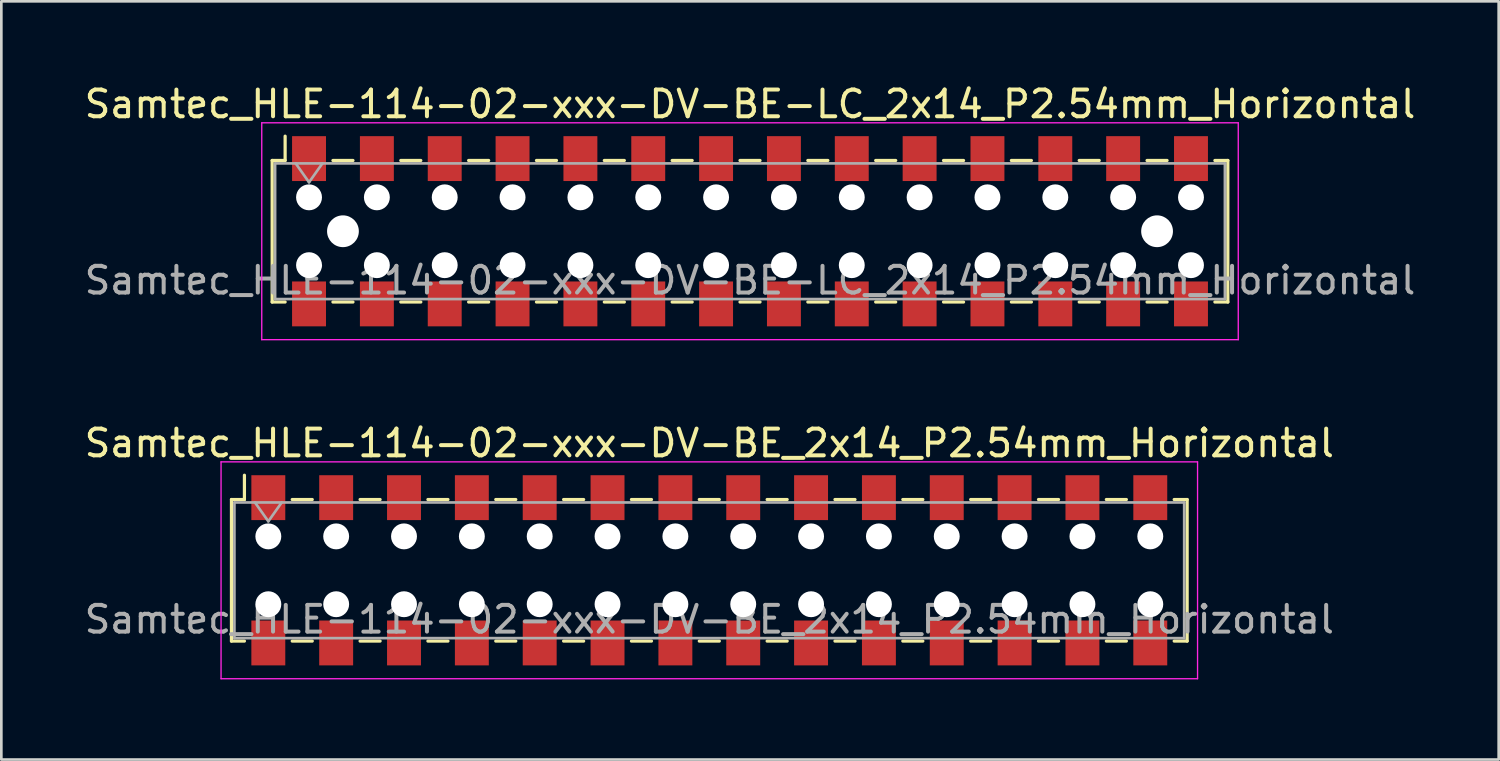
<source format=kicad_pcb>
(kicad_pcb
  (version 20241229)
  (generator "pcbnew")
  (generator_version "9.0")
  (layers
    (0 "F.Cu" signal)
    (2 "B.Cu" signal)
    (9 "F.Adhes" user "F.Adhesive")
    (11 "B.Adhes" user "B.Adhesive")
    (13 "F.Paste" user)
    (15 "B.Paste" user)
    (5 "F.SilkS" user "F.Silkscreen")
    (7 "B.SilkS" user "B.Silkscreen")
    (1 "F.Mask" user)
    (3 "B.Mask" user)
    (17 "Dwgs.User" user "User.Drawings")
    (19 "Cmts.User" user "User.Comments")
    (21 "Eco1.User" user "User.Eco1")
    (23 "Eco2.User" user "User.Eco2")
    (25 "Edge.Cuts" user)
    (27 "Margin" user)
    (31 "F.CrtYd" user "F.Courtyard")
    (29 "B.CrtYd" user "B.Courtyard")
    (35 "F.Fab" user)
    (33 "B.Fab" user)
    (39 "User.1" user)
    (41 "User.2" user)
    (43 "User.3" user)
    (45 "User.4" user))
  (footprint "Samtec_HLE-114-02-xxx-DV-BE-LC_2x14_P2.54mm_Horizontal"
    (layer "F.Cu")
    (at 25.03 5.608)
    (property "Reference" "Samtec_HLE-114-02-xxx-DV-BE-LC_2x14_P2.54mm_Horizontal" (at 0 -4.76 0) (layer "F.SilkS") (effects (font (size 1 1) (thickness 0.15))))
    (attr smd)
    (fp_line (start -17.89 -2.65) (end -17.89 2.65) (stroke (width 0.12) (type solid)) (layer "F.SilkS"))
    (fp_line (start -17.89 2.65) (end -17.405 2.65) (stroke (width 0.12) (type solid)) (layer "F.SilkS"))
    (fp_line (start -17.405 -3.56) (end -17.405 -2.65) (stroke (width 0.12) (type solid)) (layer "F.SilkS"))
    (fp_line (start -17.405 -2.65) (end -17.89 -2.65) (stroke (width 0.12) (type solid)) (layer "F.SilkS"))
    (fp_line (start -15.615 -2.65) (end -14.865 -2.65) (stroke (width 0.12) (type solid)) (layer "F.SilkS"))
    (fp_line (start -15.615 2.65) (end -14.865 2.65) (stroke (width 0.12) (type solid)) (layer "F.SilkS"))
    (fp_line (start -13.075 -2.65) (end -12.325 -2.65) (stroke (width 0.12) (type solid)) (layer "F.SilkS"))
    (fp_line (start -13.075 2.65) (end -12.325 2.65) (stroke (width 0.12) (type solid)) (layer "F.SilkS"))
    (fp_line (start -10.535 -2.65) (end -9.785 -2.65) (stroke (width 0.12) (type solid)) (layer "F.SilkS"))
    (fp_line (start -10.535 2.65) (end -9.785 2.65) (stroke (width 0.12) (type solid)) (layer "F.SilkS"))
    (fp_line (start -7.995 -2.65) (end -7.245 -2.65) (stroke (width 0.12) (type solid)) (layer "F.SilkS"))
    (fp_line (start -7.995 2.65) (end -7.245 2.65) (stroke (width 0.12) (type solid)) (layer "F.SilkS"))
    (fp_line (start -5.455 -2.65) (end -4.705 -2.65) (stroke (width 0.12) (type solid)) (layer "F.SilkS"))
    (fp_line (start -5.455 2.65) (end -4.705 2.65) (stroke (width 0.12) (type solid)) (layer "F.SilkS"))
    (fp_line (start -2.915 -2.65) (end -2.165 -2.65) (stroke (width 0.12) (type solid)) (layer "F.SilkS"))
    (fp_line (start -2.915 2.65) (end -2.165 2.65) (stroke (width 0.12) (type solid)) (layer "F.SilkS"))
    (fp_line (start -0.375 -2.65) (end 0.375 -2.65) (stroke (width 0.12) (type solid)) (layer "F.SilkS"))
    (fp_line (start -0.375 2.65) (end 0.375 2.65) (stroke (width 0.12) (type solid)) (layer "F.SilkS"))
    (fp_line (start 2.165 -2.65) (end 2.915 -2.65) (stroke (width 0.12) (type solid)) (layer "F.SilkS"))
    (fp_line (start 2.165 2.65) (end 2.915 2.65) (stroke (width 0.12) (type solid)) (layer "F.SilkS"))
    (fp_line (start 4.705 -2.65) (end 5.455 -2.65) (stroke (width 0.12) (type solid)) (layer "F.SilkS"))
    (fp_line (start 4.705 2.65) (end 5.455 2.65) (stroke (width 0.12) (type solid)) (layer "F.SilkS"))
    (fp_line (start 7.245 -2.65) (end 7.995 -2.65) (stroke (width 0.12) (type solid)) (layer "F.SilkS"))
    (fp_line (start 7.245 2.65) (end 7.995 2.65) (stroke (width 0.12) (type solid)) (layer "F.SilkS"))
    (fp_line (start 9.785 -2.65) (end 10.535 -2.65) (stroke (width 0.12) (type solid)) (layer "F.SilkS"))
    (fp_line (start 9.785 2.65) (end 10.535 2.65) (stroke (width 0.12) (type solid)) (layer "F.SilkS"))
    (fp_line (start 12.325 -2.65) (end 13.075 -2.65) (stroke (width 0.12) (type solid)) (layer "F.SilkS"))
    (fp_line (start 12.325 2.65) (end 13.075 2.65) (stroke (width 0.12) (type solid)) (layer "F.SilkS"))
    (fp_line (start 14.865 -2.65) (end 15.615 -2.65) (stroke (width 0.12) (type solid)) (layer "F.SilkS"))
    (fp_line (start 14.865 2.65) (end 15.615 2.65) (stroke (width 0.12) (type solid)) (layer "F.SilkS"))
    (fp_line (start 17.405 -2.65) (end 17.89 -2.65) (stroke (width 0.12) (type solid)) (layer "F.SilkS"))
    (fp_line (start 17.89 -2.65) (end 17.89 2.65) (stroke (width 0.12) (type solid)) (layer "F.SilkS"))
    (fp_line (start 17.89 2.65) (end 17.405 2.65) (stroke (width 0.12) (type solid)) (layer "F.SilkS"))
    (fp_line (start -18.28 -4.06) (end 18.28 -4.06) (stroke (width 0.05) (type solid)) (layer "F.CrtYd"))
    (fp_line (start -18.28 4.06) (end -18.28 -4.06) (stroke (width 0.05) (type solid)) (layer "F.CrtYd"))
    (fp_line (start 18.28 -4.06) (end 18.28 4.06) (stroke (width 0.05) (type solid)) (layer "F.CrtYd"))
    (fp_line (start 18.28 4.06) (end -18.28 4.06) (stroke (width 0.05) (type solid)) (layer "F.CrtYd"))
    (fp_line (start -17.78 -2.54) (end 17.78 -2.54) (stroke (width 0.1) (type solid)) (layer "F.Fab"))
    (fp_line (start -17.78 2.54) (end -17.78 -2.54) (stroke (width 0.1) (type solid)) (layer "F.Fab"))
    (fp_line (start -17.01 -2.54) (end -16.51 -1.833) (stroke (width 0.1) (type solid)) (layer "F.Fab"))
    (fp_line (start -16.51 -1.833) (end -16.01 -2.54) (stroke (width 0.1) (type solid)) (layer "F.Fab"))
    (fp_line (start 17.78 -2.54) (end 17.78 2.54) (stroke (width 0.1) (type solid)) (layer "F.Fab"))
    (fp_line (start 17.78 2.54) (end -17.78 2.54) (stroke (width 0.1) (type solid)) (layer "F.Fab"))
    (fp_text user "${REFERENCE}" (at 0 1.84 0) (layer "F.Fab") (effects (font (size 1 1) (thickness 0.15))))
    (pad "" np_thru_hole circle (at -16.51 -1.27) (size 0.97 0.97) (drill 0.97) (layers "*.Cu" "*.Mask"))
    (pad "" np_thru_hole circle (at -16.51 1.27) (size 0.97 0.97) (drill 0.97) (layers "*.Cu" "*.Mask"))
    (pad "" np_thru_hole circle (at -15.24 0) (size 1.19 1.19) (drill 1.19) (layers "*.Cu" "*.Mask"))
    (pad "" np_thru_hole circle (at -13.97 -1.27) (size 0.97 0.97) (drill 0.97) (layers "*.Cu" "*.Mask"))
    (pad "" np_thru_hole circle (at -13.97 1.27) (size 0.97 0.97) (drill 0.97) (layers "*.Cu" "*.Mask"))
    (pad "" np_thru_hole circle (at -11.43 -1.27) (size 0.97 0.97) (drill 0.97) (layers "*.Cu" "*.Mask"))
    (pad "" np_thru_hole circle (at -11.43 1.27) (size 0.97 0.97) (drill 0.97) (layers "*.Cu" "*.Mask"))
    (pad "" np_thru_hole circle (at -8.89 -1.27) (size 0.97 0.97) (drill 0.97) (layers "*.Cu" "*.Mask"))
    (pad "" np_thru_hole circle (at -8.89 1.27) (size 0.97 0.97) (drill 0.97) (layers "*.Cu" "*.Mask"))
    (pad "" np_thru_hole circle (at -6.35 -1.27) (size 0.97 0.97) (drill 0.97) (layers "*.Cu" "*.Mask"))
    (pad "" np_thru_hole circle (at -6.35 1.27) (size 0.97 0.97) (drill 0.97) (layers "*.Cu" "*.Mask"))
    (pad "" np_thru_hole circle (at -3.81 -1.27) (size 0.97 0.97) (drill 0.97) (layers "*.Cu" "*.Mask"))
    (pad "" np_thru_hole circle (at -3.81 1.27) (size 0.97 0.97) (drill 0.97) (layers "*.Cu" "*.Mask"))
    (pad "" np_thru_hole circle (at -1.27 -1.27) (size 0.97 0.97) (drill 0.97) (layers "*.Cu" "*.Mask"))
    (pad "" np_thru_hole circle (at -1.27 1.27) (size 0.97 0.97) (drill 0.97) (layers "*.Cu" "*.Mask"))
    (pad "" np_thru_hole circle (at 1.27 -1.27) (size 0.97 0.97) (drill 0.97) (layers "*.Cu" "*.Mask"))
    (pad "" np_thru_hole circle (at 1.27 1.27) (size 0.97 0.97) (drill 0.97) (layers "*.Cu" "*.Mask"))
    (pad "" np_thru_hole circle (at 3.81 -1.27) (size 0.97 0.97) (drill 0.97) (layers "*.Cu" "*.Mask"))
    (pad "" np_thru_hole circle (at 3.81 1.27) (size 0.97 0.97) (drill 0.97) (layers "*.Cu" "*.Mask"))
    (pad "" np_thru_hole circle (at 6.35 -1.27) (size 0.97 0.97) (drill 0.97) (layers "*.Cu" "*.Mask"))
    (pad "" np_thru_hole circle (at 6.35 1.27) (size 0.97 0.97) (drill 0.97) (layers "*.Cu" "*.Mask"))
    (pad "" np_thru_hole circle (at 8.89 -1.27) (size 0.97 0.97) (drill 0.97) (layers "*.Cu" "*.Mask"))
    (pad "" np_thru_hole circle (at 8.89 1.27) (size 0.97 0.97) (drill 0.97) (layers "*.Cu" "*.Mask"))
    (pad "" np_thru_hole circle (at 11.43 -1.27) (size 0.97 0.97) (drill 0.97) (layers "*.Cu" "*.Mask"))
    (pad "" np_thru_hole circle (at 11.43 1.27) (size 0.97 0.97) (drill 0.97) (layers "*.Cu" "*.Mask"))
    (pad "" np_thru_hole circle (at 13.97 -1.27) (size 0.97 0.97) (drill 0.97) (layers "*.Cu" "*.Mask"))
    (pad "" np_thru_hole circle (at 13.97 1.27) (size 0.97 0.97) (drill 0.97) (layers "*.Cu" "*.Mask"))
    (pad "" np_thru_hole circle (at 15.24 0) (size 1.19 1.19) (drill 1.19) (layers "*.Cu" "*.Mask"))
    (pad "" np_thru_hole circle (at 16.51 -1.27) (size 0.97 0.97) (drill 0.97) (layers "*.Cu" "*.Mask"))
    (pad "" np_thru_hole circle (at 16.51 1.27) (size 0.97 0.97) (drill 0.97) (layers "*.Cu" "*.Mask"))
    (pad "1" smd rect (at -16.51 -2.72) (size 1.27 1.68) (layers "F.Cu" "F.Mask" "F.Paste"))
    (pad "2" smd rect (at -16.51 2.72) (size 1.27 1.68) (layers "F.Cu" "F.Mask" "F.Paste"))
    (pad "3" smd rect (at -13.97 -2.72) (size 1.27 1.68) (layers "F.Cu" "F.Mask" "F.Paste"))
    (pad "4" smd rect (at -13.97 2.72) (size 1.27 1.68) (layers "F.Cu" "F.Mask" "F.Paste"))
    (pad "5" smd rect (at -11.43 -2.72) (size 1.27 1.68) (layers "F.Cu" "F.Mask" "F.Paste"))
    (pad "6" smd rect (at -11.43 2.72) (size 1.27 1.68) (layers "F.Cu" "F.Mask" "F.Paste"))
    (pad "7" smd rect (at -8.89 -2.72) (size 1.27 1.68) (layers "F.Cu" "F.Mask" "F.Paste"))
    (pad "8" smd rect (at -8.89 2.72) (size 1.27 1.68) (layers "F.Cu" "F.Mask" "F.Paste"))
    (pad "9" smd rect (at -6.35 -2.72) (size 1.27 1.68) (layers "F.Cu" "F.Mask" "F.Paste"))
    (pad "10" smd rect (at -6.35 2.72) (size 1.27 1.68) (layers "F.Cu" "F.Mask" "F.Paste"))
    (pad "11" smd rect (at -3.81 -2.72) (size 1.27 1.68) (layers "F.Cu" "F.Mask" "F.Paste"))
    (pad "12" smd rect (at -3.81 2.72) (size 1.27 1.68) (layers "F.Cu" "F.Mask" "F.Paste"))
    (pad "13" smd rect (at -1.27 -2.72) (size 1.27 1.68) (layers "F.Cu" "F.Mask" "F.Paste"))
    (pad "14" smd rect (at -1.27 2.72) (size 1.27 1.68) (layers "F.Cu" "F.Mask" "F.Paste"))
    (pad "15" smd rect (at 1.27 -2.72) (size 1.27 1.68) (layers "F.Cu" "F.Mask" "F.Paste"))
    (pad "16" smd rect (at 1.27 2.72) (size 1.27 1.68) (layers "F.Cu" "F.Mask" "F.Paste"))
    (pad "17" smd rect (at 3.81 -2.72) (size 1.27 1.68) (layers "F.Cu" "F.Mask" "F.Paste"))
    (pad "18" smd rect (at 3.81 2.72) (size 1.27 1.68) (layers "F.Cu" "F.Mask" "F.Paste"))
    (pad "19" smd rect (at 6.35 -2.72) (size 1.27 1.68) (layers "F.Cu" "F.Mask" "F.Paste"))
    (pad "20" smd rect (at 6.35 2.72) (size 1.27 1.68) (layers "F.Cu" "F.Mask" "F.Paste"))
    (pad "21" smd rect (at 8.89 -2.72) (size 1.27 1.68) (layers "F.Cu" "F.Mask" "F.Paste"))
    (pad "22" smd rect (at 8.89 2.72) (size 1.27 1.68) (layers "F.Cu" "F.Mask" "F.Paste"))
    (pad "23" smd rect (at 11.43 -2.72) (size 1.27 1.68) (layers "F.Cu" "F.Mask" "F.Paste"))
    (pad "24" smd rect (at 11.43 2.72) (size 1.27 1.68) (layers "F.Cu" "F.Mask" "F.Paste"))
    (pad "25" smd rect (at 13.97 -2.72) (size 1.27 1.68) (layers "F.Cu" "F.Mask" "F.Paste"))
    (pad "26" smd rect (at 13.97 2.72) (size 1.27 1.68) (layers "F.Cu" "F.Mask" "F.Paste"))
    (pad "27" smd rect (at 16.51 -2.72) (size 1.27 1.68) (layers "F.Cu" "F.Mask" "F.Paste"))
    (pad "28" smd rect (at 16.51 2.72) (size 1.27 1.68) (layers "F.Cu" "F.Mask" "F.Paste")))
  (footprint "Samtec_HLE-114-02-xxx-DV-BE_2x14_P2.54mm_Horizontal"
    (layer "F.Cu")
    (at 23.506 18.302)
    (property "Reference" "Samtec_HLE-114-02-xxx-DV-BE_2x14_P2.54mm_Horizontal" (at 0 -4.76 0) (layer "F.SilkS") (effects (font (size 1 1) (thickness 0.15))))
    (attr smd)
    (fp_line (start -17.89 -2.65) (end -17.89 2.65) (stroke (width 0.12) (type solid)) (layer "F.SilkS"))
    (fp_line (start -17.89 2.65) (end -17.405 2.65) (stroke (width 0.12) (type solid)) (layer "F.SilkS"))
    (fp_line (start -17.405 -3.56) (end -17.405 -2.65) (stroke (width 0.12) (type solid)) (layer "F.SilkS"))
    (fp_line (start -17.405 -2.65) (end -17.89 -2.65) (stroke (width 0.12) (type solid)) (layer "F.SilkS"))
    (fp_line (start -15.615 -2.65) (end -14.865 -2.65) (stroke (width 0.12) (type solid)) (layer "F.SilkS"))
    (fp_line (start -15.615 2.65) (end -14.865 2.65) (stroke (width 0.12) (type solid)) (layer "F.SilkS"))
    (fp_line (start -13.075 -2.65) (end -12.325 -2.65) (stroke (width 0.12) (type solid)) (layer "F.SilkS"))
    (fp_line (start -13.075 2.65) (end -12.325 2.65) (stroke (width 0.12) (type solid)) (layer "F.SilkS"))
    (fp_line (start -10.535 -2.65) (end -9.785 -2.65) (stroke (width 0.12) (type solid)) (layer "F.SilkS"))
    (fp_line (start -10.535 2.65) (end -9.785 2.65) (stroke (width 0.12) (type solid)) (layer "F.SilkS"))
    (fp_line (start -7.995 -2.65) (end -7.245 -2.65) (stroke (width 0.12) (type solid)) (layer "F.SilkS"))
    (fp_line (start -7.995 2.65) (end -7.245 2.65) (stroke (width 0.12) (type solid)) (layer "F.SilkS"))
    (fp_line (start -5.455 -2.65) (end -4.705 -2.65) (stroke (width 0.12) (type solid)) (layer "F.SilkS"))
    (fp_line (start -5.455 2.65) (end -4.705 2.65) (stroke (width 0.12) (type solid)) (layer "F.SilkS"))
    (fp_line (start -2.915 -2.65) (end -2.165 -2.65) (stroke (width 0.12) (type solid)) (layer "F.SilkS"))
    (fp_line (start -2.915 2.65) (end -2.165 2.65) (stroke (width 0.12) (type solid)) (layer "F.SilkS"))
    (fp_line (start -0.375 -2.65) (end 0.375 -2.65) (stroke (width 0.12) (type solid)) (layer "F.SilkS"))
    (fp_line (start -0.375 2.65) (end 0.375 2.65) (stroke (width 0.12) (type solid)) (layer "F.SilkS"))
    (fp_line (start 2.165 -2.65) (end 2.915 -2.65) (stroke (width 0.12) (type solid)) (layer "F.SilkS"))
    (fp_line (start 2.165 2.65) (end 2.915 2.65) (stroke (width 0.12) (type solid)) (layer "F.SilkS"))
    (fp_line (start 4.705 -2.65) (end 5.455 -2.65) (stroke (width 0.12) (type solid)) (layer "F.SilkS"))
    (fp_line (start 4.705 2.65) (end 5.455 2.65) (stroke (width 0.12) (type solid)) (layer "F.SilkS"))
    (fp_line (start 7.245 -2.65) (end 7.995 -2.65) (stroke (width 0.12) (type solid)) (layer "F.SilkS"))
    (fp_line (start 7.245 2.65) (end 7.995 2.65) (stroke (width 0.12) (type solid)) (layer "F.SilkS"))
    (fp_line (start 9.785 -2.65) (end 10.535 -2.65) (stroke (width 0.12) (type solid)) (layer "F.SilkS"))
    (fp_line (start 9.785 2.65) (end 10.535 2.65) (stroke (width 0.12) (type solid)) (layer "F.SilkS"))
    (fp_line (start 12.325 -2.65) (end 13.075 -2.65) (stroke (width 0.12) (type solid)) (layer "F.SilkS"))
    (fp_line (start 12.325 2.65) (end 13.075 2.65) (stroke (width 0.12) (type solid)) (layer "F.SilkS"))
    (fp_line (start 14.865 -2.65) (end 15.615 -2.65) (stroke (width 0.12) (type solid)) (layer "F.SilkS"))
    (fp_line (start 14.865 2.65) (end 15.615 2.65) (stroke (width 0.12) (type solid)) (layer "F.SilkS"))
    (fp_line (start 17.405 -2.65) (end 17.89 -2.65) (stroke (width 0.12) (type solid)) (layer "F.SilkS"))
    (fp_line (start 17.89 -2.65) (end 17.89 2.65) (stroke (width 0.12) (type solid)) (layer "F.SilkS"))
    (fp_line (start 17.89 2.65) (end 17.405 2.65) (stroke (width 0.12) (type solid)) (layer "F.SilkS"))
    (fp_line (start -18.28 -4.06) (end 18.28 -4.06) (stroke (width 0.05) (type solid)) (layer "F.CrtYd"))
    (fp_line (start -18.28 4.06) (end -18.28 -4.06) (stroke (width 0.05) (type solid)) (layer "F.CrtYd"))
    (fp_line (start 18.28 -4.06) (end 18.28 4.06) (stroke (width 0.05) (type solid)) (layer "F.CrtYd"))
    (fp_line (start 18.28 4.06) (end -18.28 4.06) (stroke (width 0.05) (type solid)) (layer "F.CrtYd"))
    (fp_line (start -17.78 -2.54) (end 17.78 -2.54) (stroke (width 0.1) (type solid)) (layer "F.Fab"))
    (fp_line (start -17.78 2.54) (end -17.78 -2.54) (stroke (width 0.1) (type solid)) (layer "F.Fab"))
    (fp_line (start -17.01 -2.54) (end -16.51 -1.833) (stroke (width 0.1) (type solid)) (layer "F.Fab"))
    (fp_line (start -16.51 -1.833) (end -16.01 -2.54) (stroke (width 0.1) (type solid)) (layer "F.Fab"))
    (fp_line (start 17.78 -2.54) (end 17.78 2.54) (stroke (width 0.1) (type solid)) (layer "F.Fab"))
    (fp_line (start 17.78 2.54) (end -17.78 2.54) (stroke (width 0.1) (type solid)) (layer "F.Fab"))
    (fp_text user "${REFERENCE}" (at 0 1.84 0) (layer "F.Fab") (effects (font (size 1 1) (thickness 0.15))))
    (pad "" np_thru_hole circle (at -16.51 -1.27) (size 0.97 0.97) (drill 0.97) (layers "*.Cu" "*.Mask"))
    (pad "" np_thru_hole circle (at -16.51 1.27) (size 0.97 0.97) (drill 0.97) (layers "*.Cu" "*.Mask"))
    (pad "" np_thru_hole circle (at -13.97 -1.27) (size 0.97 0.97) (drill 0.97) (layers "*.Cu" "*.Mask"))
    (pad "" np_thru_hole circle (at -13.97 1.27) (size 0.97 0.97) (drill 0.97) (layers "*.Cu" "*.Mask"))
    (pad "" np_thru_hole circle (at -11.43 -1.27) (size 0.97 0.97) (drill 0.97) (layers "*.Cu" "*.Mask"))
    (pad "" np_thru_hole circle (at -11.43 1.27) (size 0.97 0.97) (drill 0.97) (layers "*.Cu" "*.Mask"))
    (pad "" np_thru_hole circle (at -8.89 -1.27) (size 0.97 0.97) (drill 0.97) (layers "*.Cu" "*.Mask"))
    (pad "" np_thru_hole circle (at -8.89 1.27) (size 0.97 0.97) (drill 0.97) (layers "*.Cu" "*.Mask"))
    (pad "" np_thru_hole circle (at -6.35 -1.27) (size 0.97 0.97) (drill 0.97) (layers "*.Cu" "*.Mask"))
    (pad "" np_thru_hole circle (at -6.35 1.27) (size 0.97 0.97) (drill 0.97) (layers "*.Cu" "*.Mask"))
    (pad "" np_thru_hole circle (at -3.81 -1.27) (size 0.97 0.97) (drill 0.97) (layers "*.Cu" "*.Mask"))
    (pad "" np_thru_hole circle (at -3.81 1.27) (size 0.97 0.97) (drill 0.97) (layers "*.Cu" "*.Mask"))
    (pad "" np_thru_hole circle (at -1.27 -1.27) (size 0.97 0.97) (drill 0.97) (layers "*.Cu" "*.Mask"))
    (pad "" np_thru_hole circle (at -1.27 1.27) (size 0.97 0.97) (drill 0.97) (layers "*.Cu" "*.Mask"))
    (pad "" np_thru_hole circle (at 1.27 -1.27) (size 0.97 0.97) (drill 0.97) (layers "*.Cu" "*.Mask"))
    (pad "" np_thru_hole circle (at 1.27 1.27) (size 0.97 0.97) (drill 0.97) (layers "*.Cu" "*.Mask"))
    (pad "" np_thru_hole circle (at 3.81 -1.27) (size 0.97 0.97) (drill 0.97) (layers "*.Cu" "*.Mask"))
    (pad "" np_thru_hole circle (at 3.81 1.27) (size 0.97 0.97) (drill 0.97) (layers "*.Cu" "*.Mask"))
    (pad "" np_thru_hole circle (at 6.35 -1.27) (size 0.97 0.97) (drill 0.97) (layers "*.Cu" "*.Mask"))
    (pad "" np_thru_hole circle (at 6.35 1.27) (size 0.97 0.97) (drill 0.97) (layers "*.Cu" "*.Mask"))
    (pad "" np_thru_hole circle (at 8.89 -1.27) (size 0.97 0.97) (drill 0.97) (layers "*.Cu" "*.Mask"))
    (pad "" np_thru_hole circle (at 8.89 1.27) (size 0.97 0.97) (drill 0.97) (layers "*.Cu" "*.Mask"))
    (pad "" np_thru_hole circle (at 11.43 -1.27) (size 0.97 0.97) (drill 0.97) (layers "*.Cu" "*.Mask"))
    (pad "" np_thru_hole circle (at 11.43 1.27) (size 0.97 0.97) (drill 0.97) (layers "*.Cu" "*.Mask"))
    (pad "" np_thru_hole circle (at 13.97 -1.27) (size 0.97 0.97) (drill 0.97) (layers "*.Cu" "*.Mask"))
    (pad "" np_thru_hole circle (at 13.97 1.27) (size 0.97 0.97) (drill 0.97) (layers "*.Cu" "*.Mask"))
    (pad "" np_thru_hole circle (at 16.51 -1.27) (size 0.97 0.97) (drill 0.97) (layers "*.Cu" "*.Mask"))
    (pad "" np_thru_hole circle (at 16.51 1.27) (size 0.97 0.97) (drill 0.97) (layers "*.Cu" "*.Mask"))
    (pad "1" smd rect (at -16.51 -2.72) (size 1.27 1.68) (layers "F.Cu" "F.Mask" "F.Paste"))
    (pad "2" smd rect (at -16.51 2.72) (size 1.27 1.68) (layers "F.Cu" "F.Mask" "F.Paste"))
    (pad "3" smd rect (at -13.97 -2.72) (size 1.27 1.68) (layers "F.Cu" "F.Mask" "F.Paste"))
    (pad "4" smd rect (at -13.97 2.72) (size 1.27 1.68) (layers "F.Cu" "F.Mask" "F.Paste"))
    (pad "5" smd rect (at -11.43 -2.72) (size 1.27 1.68) (layers "F.Cu" "F.Mask" "F.Paste"))
    (pad "6" smd rect (at -11.43 2.72) (size 1.27 1.68) (layers "F.Cu" "F.Mask" "F.Paste"))
    (pad "7" smd rect (at -8.89 -2.72) (size 1.27 1.68) (layers "F.Cu" "F.Mask" "F.Paste"))
    (pad "8" smd rect (at -8.89 2.72) (size 1.27 1.68) (layers "F.Cu" "F.Mask" "F.Paste"))
    (pad "9" smd rect (at -6.35 -2.72) (size 1.27 1.68) (layers "F.Cu" "F.Mask" "F.Paste"))
    (pad "10" smd rect (at -6.35 2.72) (size 1.27 1.68) (layers "F.Cu" "F.Mask" "F.Paste"))
    (pad "11" smd rect (at -3.81 -2.72) (size 1.27 1.68) (layers "F.Cu" "F.Mask" "F.Paste"))
    (pad "12" smd rect (at -3.81 2.72) (size 1.27 1.68) (layers "F.Cu" "F.Mask" "F.Paste"))
    (pad "13" smd rect (at -1.27 -2.72) (size 1.27 1.68) (layers "F.Cu" "F.Mask" "F.Paste"))
    (pad "14" smd rect (at -1.27 2.72) (size 1.27 1.68) (layers "F.Cu" "F.Mask" "F.Paste"))
    (pad "15" smd rect (at 1.27 -2.72) (size 1.27 1.68) (layers "F.Cu" "F.Mask" "F.Paste"))
    (pad "16" smd rect (at 1.27 2.72) (size 1.27 1.68) (layers "F.Cu" "F.Mask" "F.Paste"))
    (pad "17" smd rect (at 3.81 -2.72) (size 1.27 1.68) (layers "F.Cu" "F.Mask" "F.Paste"))
    (pad "18" smd rect (at 3.81 2.72) (size 1.27 1.68) (layers "F.Cu" "F.Mask" "F.Paste"))
    (pad "19" smd rect (at 6.35 -2.72) (size 1.27 1.68) (layers "F.Cu" "F.Mask" "F.Paste"))
    (pad "20" smd rect (at 6.35 2.72) (size 1.27 1.68) (layers "F.Cu" "F.Mask" "F.Paste"))
    (pad "21" smd rect (at 8.89 -2.72) (size 1.27 1.68) (layers "F.Cu" "F.Mask" "F.Paste"))
    (pad "22" smd rect (at 8.89 2.72) (size 1.27 1.68) (layers "F.Cu" "F.Mask" "F.Paste"))
    (pad "23" smd rect (at 11.43 -2.72) (size 1.27 1.68) (layers "F.Cu" "F.Mask" "F.Paste"))
    (pad "24" smd rect (at 11.43 2.72) (size 1.27 1.68) (layers "F.Cu" "F.Mask" "F.Paste"))
    (pad "25" smd rect (at 13.97 -2.72) (size 1.27 1.68) (layers "F.Cu" "F.Mask" "F.Paste"))
    (pad "26" smd rect (at 13.97 2.72) (size 1.27 1.68) (layers "F.Cu" "F.Mask" "F.Paste"))
    (pad "27" smd rect (at 16.51 -2.72) (size 1.27 1.68) (layers "F.Cu" "F.Mask" "F.Paste"))
    (pad "28" smd rect (at 16.51 2.72) (size 1.27 1.68) (layers "F.Cu" "F.Mask" "F.Paste")))
  (gr_rect
    (start -3 -3)
    (end 53.06 25.387)
    (stroke (width 0.1) (type default))
    (fill no)
    (layer "Edge.Cuts")))
</source>
